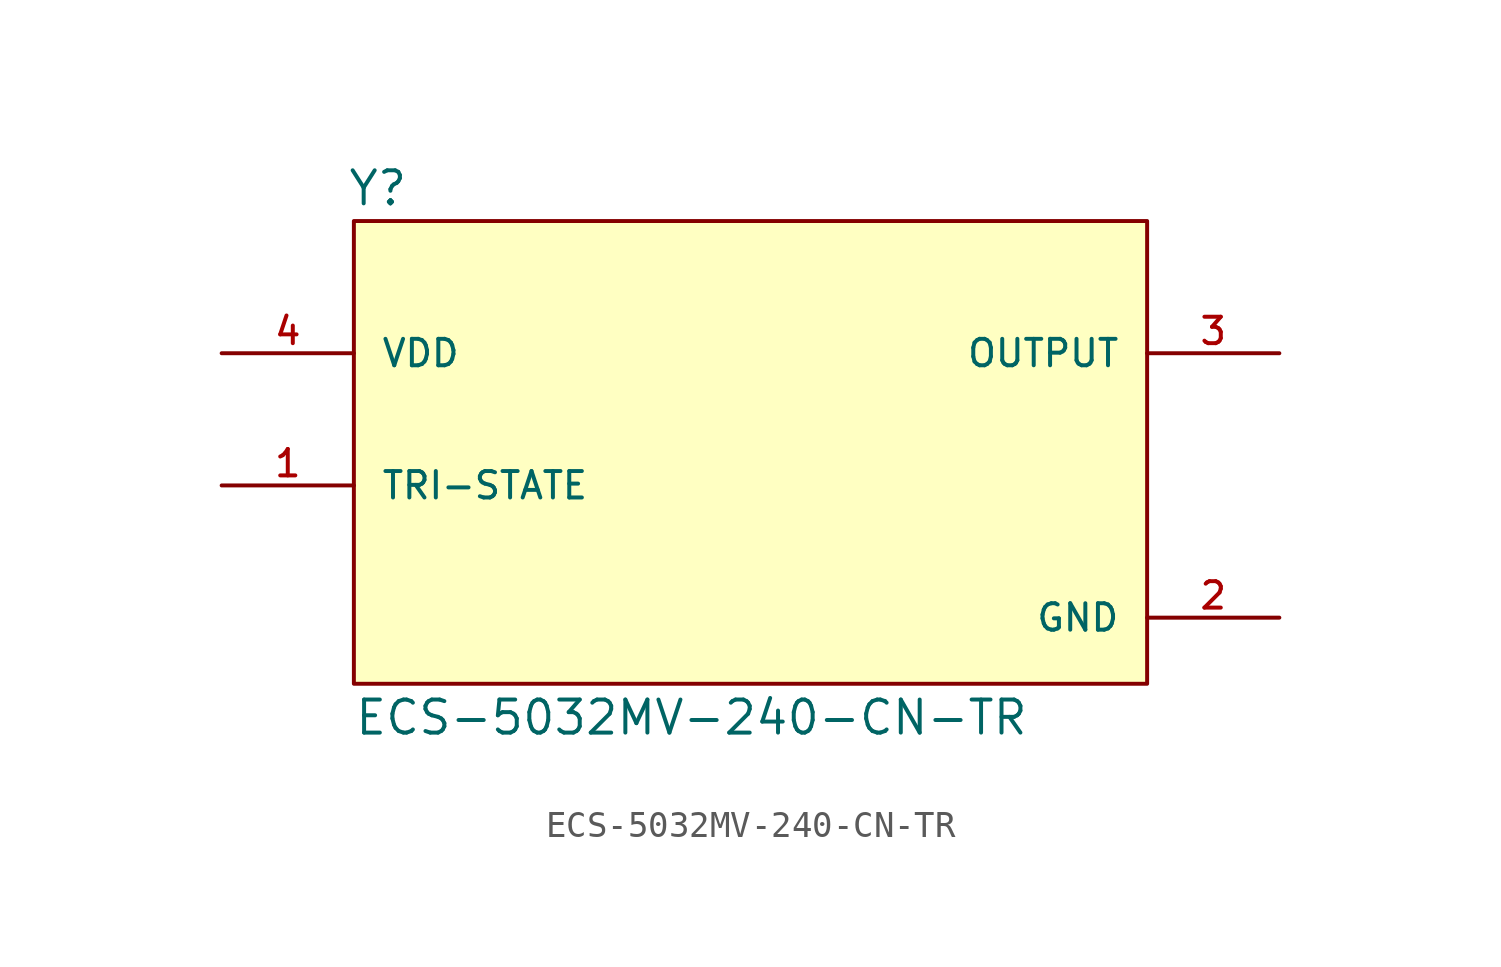
<source format=kicad_sym>
(kicad_symbol_lib
  (version 20211014)
  (generator kicad_symbol_editor)
  (symbol "ECS-5032MV-240-CN-TR"
    (pin_names
      (offset 1.016))
    (property "Reference" "Y"
      (at -15.508 8.136 0)
      (effects (font (size 1.27 1.27)) (justify bottom left)))
    (property "Value" "ECS-5032MV-240-CN-TR"
      (at -15.25 -12.2 0)
      (effects (font (size 1.27 1.27)) (justify bottom left)))
    (symbol "ECS-5032MV-240-CN-TR_0_0"
      (rectangle (start -15.24 -10.16) (end 15.24 7.62) (stroke (width 0.152)) (fill (type background)))
      (pin input line (at -20.32 -2.54 0) (length 5.08) (name "TRI-STATE" (effects (font (size 1.016 1.016)))) (number "1" (effects (font (size 1.016 1.016)))))
      (pin input line (at -20.32 2.54 0) (length 5.08) (name "VDD" (effects (font (size 1.016 1.016)))) (number "4" (effects (font (size 1.016 1.016)))))
      (pin output line (at 20.32 2.54 180.0) (length 5.08) (name "OUTPUT" (effects (font (size 1.016 1.016)))) (number "3" (effects (font (size 1.016 1.016)))))
      (pin power_in line (at 20.32 -7.62 180.0) (length 5.08) (name "GND" (effects (font (size 1.016 1.016)))) (number "2" (effects (font (size 1.016 1.016))))))))
</source>
